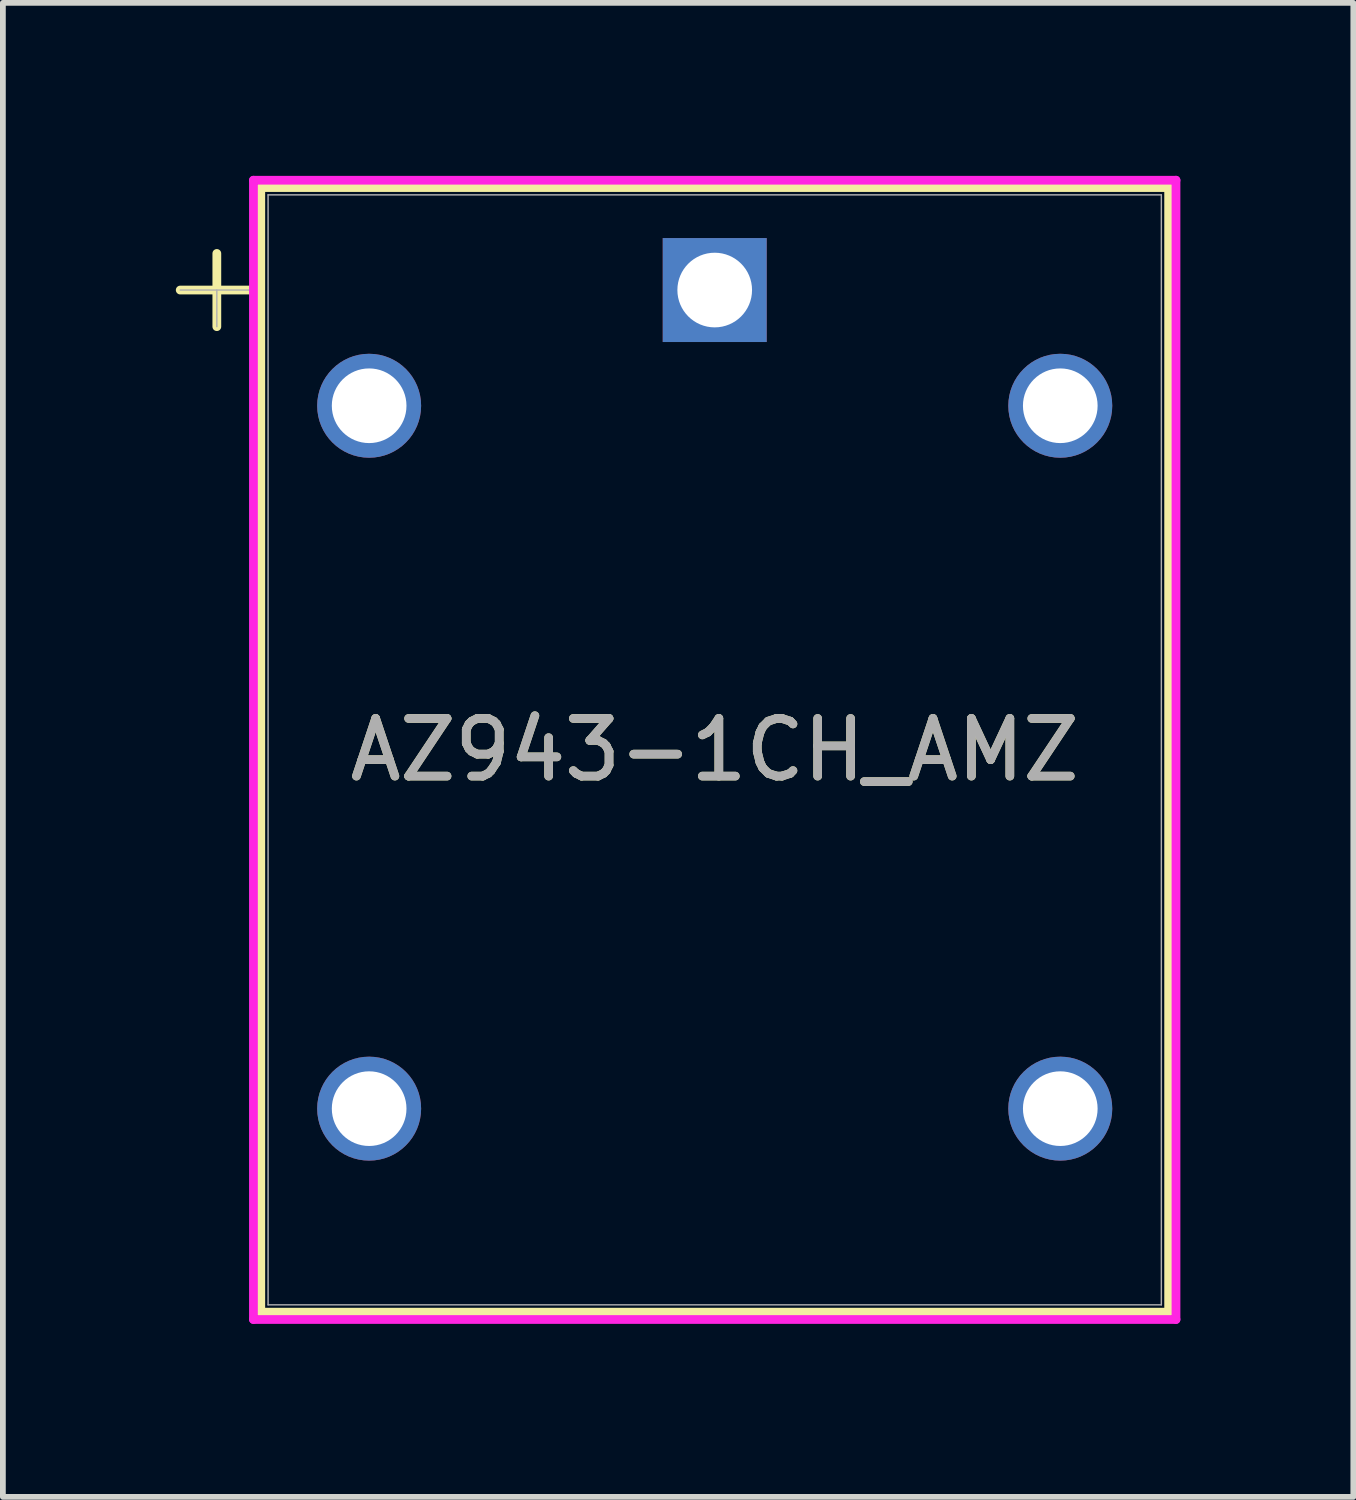
<source format=kicad_pcb>
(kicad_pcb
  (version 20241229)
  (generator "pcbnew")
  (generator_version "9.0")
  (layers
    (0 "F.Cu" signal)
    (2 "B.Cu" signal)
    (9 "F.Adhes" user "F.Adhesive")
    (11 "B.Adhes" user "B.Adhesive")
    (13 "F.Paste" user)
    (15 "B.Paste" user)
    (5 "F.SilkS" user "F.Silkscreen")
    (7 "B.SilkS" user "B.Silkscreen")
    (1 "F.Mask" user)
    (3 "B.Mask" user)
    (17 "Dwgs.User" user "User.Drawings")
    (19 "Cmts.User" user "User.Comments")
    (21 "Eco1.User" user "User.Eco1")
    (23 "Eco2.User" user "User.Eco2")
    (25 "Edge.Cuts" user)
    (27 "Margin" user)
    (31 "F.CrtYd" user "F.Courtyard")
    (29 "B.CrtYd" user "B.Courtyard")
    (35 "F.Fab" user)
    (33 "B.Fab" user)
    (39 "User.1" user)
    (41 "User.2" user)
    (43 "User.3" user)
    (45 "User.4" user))
  (footprint "AZ943-1CH_AMZ"
    (layer "F.Cu")
    (at 9.347 1.981)
    (property "Reference" "AZ943-1CH_AMZ" (at 0 7.976 0) (unlocked yes) (layer "F.SilkS") (effects (font (size 1 1) (thickness 0.15))))
    (attr through_hole)
    (fp_line (start -9.271 0) (end -8.001 0) (stroke (width 0.152) (type solid)) (layer "F.SilkS"))
    (fp_line (start -8.636 -0.635) (end -8.636 0.635) (stroke (width 0.152) (type solid)) (layer "F.SilkS"))
    (fp_line (start -7.874 -1.778) (end -7.874 17.729) (stroke (width 0.152) (type solid)) (layer "F.SilkS"))
    (fp_line (start 7.874 -1.778) (end -7.874 -1.778) (stroke (width 0.152) (type solid)) (layer "F.SilkS"))
    (fp_line (start 7.874 -1.778) (end 7.874 17.729) (stroke (width 0.152) (type solid)) (layer "F.SilkS"))
    (fp_line (start 7.874 17.729) (end -7.874 17.729) (stroke (width 0.152) (type solid)) (layer "F.SilkS"))
    (fp_line (start -8.001 -1.905) (end -8.001 17.856) (stroke (width 0.152) (type solid)) (layer "F.CrtYd"))
    (fp_line (start -8.001 17.856) (end 8.001 17.856) (stroke (width 0.152) (type solid)) (layer "F.CrtYd"))
    (fp_line (start 8.001 -1.905) (end -8.001 -1.905) (stroke (width 0.152) (type solid)) (layer "F.CrtYd"))
    (fp_line (start 8.001 17.856) (end 8.001 -1.905) (stroke (width 0.152) (type solid)) (layer "F.CrtYd"))
    (fp_line (start -9.271 0) (end -8.001 0) (stroke (width 0.025) (type solid)) (layer "F.Fab"))
    (fp_line (start -8.636 0) (end -8.636 0.635) (stroke (width 0.025) (type solid)) (layer "F.Fab"))
    (fp_line (start -7.747 -1.651) (end -7.747 17.602) (stroke (width 0.025) (type solid)) (layer "F.Fab"))
    (fp_line (start 7.747 -1.651) (end -7.747 -1.651) (stroke (width 0.025) (type solid)) (layer "F.Fab"))
    (fp_line (start 7.747 -1.651) (end 7.747 17.602) (stroke (width 0.025) (type solid)) (layer "F.Fab"))
    (fp_line (start 7.747 17.602) (end -7.747 17.602) (stroke (width 0.025) (type solid)) (layer "F.Fab"))
    (fp_text user "${REFERENCE}" (at 0 7.976 0) (unlocked yes) (layer "F.Fab") (effects (font (size 1 1) (thickness 0.15))))
    (pad "1" thru_hole rect (at 0 0) (size 1.803 1.803) (drill 1.295) (layers "*.Cu" "*.Mask"))
    (pad "2" thru_hole circle (at -5.994 2.007) (size 1.803 1.803) (drill 1.295) (layers "*.Cu" "*.Mask"))
    (pad "3" thru_hole circle (at -5.994 14.199) (size 1.803 1.803) (drill 1.295) (layers "*.Cu" "*.Mask"))
    (pad "4" thru_hole circle (at 5.994 14.199) (size 1.803 1.803) (drill 1.295) (layers "*.Cu" "*.Mask"))
    (pad "5" thru_hole circle (at 5.994 2.007) (size 1.803 1.803) (drill 1.295) (layers "*.Cu" "*.Mask")))
  (gr_rect
    (start -3 -3)
    (end 20.424 22.914)
    (stroke (width 0.1) (type default))
    (fill no)
    (layer "Edge.Cuts")))
</source>
